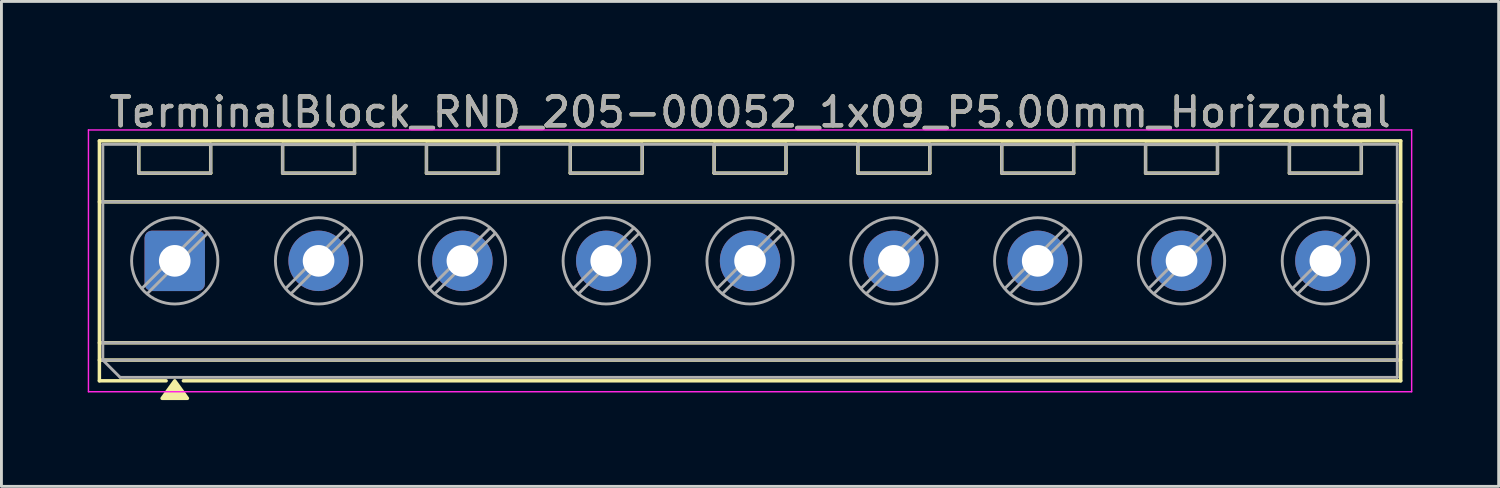
<source format=kicad_pcb>
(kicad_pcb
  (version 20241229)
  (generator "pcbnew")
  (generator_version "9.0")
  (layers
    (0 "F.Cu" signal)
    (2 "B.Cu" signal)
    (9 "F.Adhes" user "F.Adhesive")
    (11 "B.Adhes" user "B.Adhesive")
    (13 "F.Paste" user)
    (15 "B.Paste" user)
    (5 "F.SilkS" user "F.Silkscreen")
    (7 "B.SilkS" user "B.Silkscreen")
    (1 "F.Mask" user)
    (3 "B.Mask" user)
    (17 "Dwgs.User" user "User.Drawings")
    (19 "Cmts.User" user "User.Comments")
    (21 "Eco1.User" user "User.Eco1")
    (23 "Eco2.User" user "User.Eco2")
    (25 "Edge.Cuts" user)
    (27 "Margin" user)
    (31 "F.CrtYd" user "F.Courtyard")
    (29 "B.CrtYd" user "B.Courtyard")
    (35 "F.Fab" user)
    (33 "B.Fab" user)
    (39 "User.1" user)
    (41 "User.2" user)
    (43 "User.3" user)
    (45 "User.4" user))
  (footprint "TerminalBlock_RND_205-00052_1x09_P5.00mm_Horizontal"
    (layer "F.Cu")
    (at 3.025 6.018)
    (property "Reference" "TerminalBlock_RND_205-00052_1x09_P5.00mm_Horizontal" (at 20 -5.17 0) (layer "F.SilkS") (effects (font (size 1 1) (thickness 0.15))))
    (attr through_hole)
    (fp_line (start -2.62 -4.17) (end -2.62 4.17) (stroke (width 0.12) (type solid)) (layer "F.SilkS"))
    (fp_line (start -2.62 -4.17) (end 42.62 -4.17) (stroke (width 0.12) (type solid)) (layer "F.SilkS"))
    (fp_line (start -2.62 -2.05) (end 42.62 -2.05) (stroke (width 0.12) (type solid)) (layer "F.SilkS"))
    (fp_line (start -2.62 2.85) (end 42.62 2.85) (stroke (width 0.12) (type solid)) (layer "F.SilkS"))
    (fp_line (start -2.62 3.45) (end 42.62 3.45) (stroke (width 0.12) (type solid)) (layer "F.SilkS"))
    (fp_line (start -2.62 4.17) (end -0.3 4.17) (stroke (width 0.12) (type solid)) (layer "F.SilkS"))
    (fp_line (start -1.25 -4.05) (end -1.25 -3.05) (stroke (width 0.12) (type solid)) (layer "F.SilkS"))
    (fp_line (start -1.25 -4.05) (end 1.25 -4.05) (stroke (width 0.12) (type solid)) (layer "F.SilkS"))
    (fp_line (start -1.25 -3.05) (end 1.25 -3.05) (stroke (width 0.12) (type solid)) (layer "F.SilkS"))
    (fp_line (start 0.3 4.17) (end 42.62 4.17) (stroke (width 0.12) (type solid)) (layer "F.SilkS"))
    (fp_line (start 1.25 -4.05) (end 1.25 -3.05) (stroke (width 0.12) (type solid)) (layer "F.SilkS"))
    (fp_line (start 3.75 -4.05) (end 3.75 -3.05) (stroke (width 0.12) (type solid)) (layer "F.SilkS"))
    (fp_line (start 3.75 -4.05) (end 6.25 -4.05) (stroke (width 0.12) (type solid)) (layer "F.SilkS"))
    (fp_line (start 3.75 -3.05) (end 6.25 -3.05) (stroke (width 0.12) (type solid)) (layer "F.SilkS"))
    (fp_line (start 6.25 -4.05) (end 6.25 -3.05) (stroke (width 0.12) (type solid)) (layer "F.SilkS"))
    (fp_line (start 8.75 -4.05) (end 8.75 -3.05) (stroke (width 0.12) (type solid)) (layer "F.SilkS"))
    (fp_line (start 8.75 -4.05) (end 11.25 -4.05) (stroke (width 0.12) (type solid)) (layer "F.SilkS"))
    (fp_line (start 8.75 -3.05) (end 11.25 -3.05) (stroke (width 0.12) (type solid)) (layer "F.SilkS"))
    (fp_line (start 11.25 -4.05) (end 11.25 -3.05) (stroke (width 0.12) (type solid)) (layer "F.SilkS"))
    (fp_line (start 13.75 -4.05) (end 13.75 -3.05) (stroke (width 0.12) (type solid)) (layer "F.SilkS"))
    (fp_line (start 13.75 -4.05) (end 16.25 -4.05) (stroke (width 0.12) (type solid)) (layer "F.SilkS"))
    (fp_line (start 13.75 -3.05) (end 16.25 -3.05) (stroke (width 0.12) (type solid)) (layer "F.SilkS"))
    (fp_line (start 16.25 -4.05) (end 16.25 -3.05) (stroke (width 0.12) (type solid)) (layer "F.SilkS"))
    (fp_line (start 18.75 -4.05) (end 18.75 -3.05) (stroke (width 0.12) (type solid)) (layer "F.SilkS"))
    (fp_line (start 18.75 -4.05) (end 21.25 -4.05) (stroke (width 0.12) (type solid)) (layer "F.SilkS"))
    (fp_line (start 18.75 -3.05) (end 21.25 -3.05) (stroke (width 0.12) (type solid)) (layer "F.SilkS"))
    (fp_line (start 21.25 -4.05) (end 21.25 -3.05) (stroke (width 0.12) (type solid)) (layer "F.SilkS"))
    (fp_line (start 23.75 -4.05) (end 23.75 -3.05) (stroke (width 0.12) (type solid)) (layer "F.SilkS"))
    (fp_line (start 23.75 -4.05) (end 26.25 -4.05) (stroke (width 0.12) (type solid)) (layer "F.SilkS"))
    (fp_line (start 23.75 -3.05) (end 26.25 -3.05) (stroke (width 0.12) (type solid)) (layer "F.SilkS"))
    (fp_line (start 26.25 -4.05) (end 26.25 -3.05) (stroke (width 0.12) (type solid)) (layer "F.SilkS"))
    (fp_line (start 28.75 -4.05) (end 28.75 -3.05) (stroke (width 0.12) (type solid)) (layer "F.SilkS"))
    (fp_line (start 28.75 -4.05) (end 31.25 -4.05) (stroke (width 0.12) (type solid)) (layer "F.SilkS"))
    (fp_line (start 28.75 -3.05) (end 31.25 -3.05) (stroke (width 0.12) (type solid)) (layer "F.SilkS"))
    (fp_line (start 31.25 -4.05) (end 31.25 -3.05) (stroke (width 0.12) (type solid)) (layer "F.SilkS"))
    (fp_line (start 33.75 -4.05) (end 33.75 -3.05) (stroke (width 0.12) (type solid)) (layer "F.SilkS"))
    (fp_line (start 33.75 -4.05) (end 36.25 -4.05) (stroke (width 0.12) (type solid)) (layer "F.SilkS"))
    (fp_line (start 33.75 -3.05) (end 36.25 -3.05) (stroke (width 0.12) (type solid)) (layer "F.SilkS"))
    (fp_line (start 36.25 -4.05) (end 36.25 -3.05) (stroke (width 0.12) (type solid)) (layer "F.SilkS"))
    (fp_line (start 38.75 -4.05) (end 38.75 -3.05) (stroke (width 0.12) (type solid)) (layer "F.SilkS"))
    (fp_line (start 38.75 -4.05) (end 41.25 -4.05) (stroke (width 0.12) (type solid)) (layer "F.SilkS"))
    (fp_line (start 38.75 -3.05) (end 41.25 -3.05) (stroke (width 0.12) (type solid)) (layer "F.SilkS"))
    (fp_line (start 41.25 -4.05) (end 41.25 -3.05) (stroke (width 0.12) (type solid)) (layer "F.SilkS"))
    (fp_line (start 42.62 -4.17) (end 42.62 4.17) (stroke (width 0.12) (type solid)) (layer "F.SilkS"))
    (fp_poly (pts (xy 0 4.17) (xy 0.44 4.78) (xy -0.44 4.78)) (stroke (width 0.12) (type solid)) (fill yes) (layer "F.SilkS"))
    (fp_line (start -3 -4.55) (end -3 4.55) (stroke (width 0.05) (type solid)) (layer "F.CrtYd"))
    (fp_line (start -3 4.55) (end 43 4.55) (stroke (width 0.05) (type solid)) (layer "F.CrtYd"))
    (fp_line (start 43 -4.55) (end -3 -4.55) (stroke (width 0.05) (type solid)) (layer "F.CrtYd"))
    (fp_line (start 43 4.55) (end 43 -4.55) (stroke (width 0.05) (type solid)) (layer "F.CrtYd"))
    (fp_line (start -2.5 -4.05) (end 42.5 -4.05) (stroke (width 0.1) (type solid)) (layer "F.Fab"))
    (fp_line (start -2.5 -2.05) (end 42.5 -2.05) (stroke (width 0.1) (type solid)) (layer "F.Fab"))
    (fp_line (start -2.5 2.85) (end 42.5 2.85) (stroke (width 0.1) (type solid)) (layer "F.Fab"))
    (fp_line (start -2.5 3.45) (end -2.5 -4.05) (stroke (width 0.1) (type solid)) (layer "F.Fab"))
    (fp_line (start -2.5 3.45) (end 42.5 3.45) (stroke (width 0.1) (type solid)) (layer "F.Fab"))
    (fp_line (start -1.9 4.05) (end -2.5 3.45) (stroke (width 0.1) (type solid)) (layer "F.Fab"))
    (fp_line (start -1.25 -4.05) (end -1.25 -3.05) (stroke (width 0.1) (type solid)) (layer "F.Fab"))
    (fp_line (start -1.25 -3.05) (end 1.25 -3.05) (stroke (width 0.1) (type solid)) (layer "F.Fab"))
    (fp_line (start 0.955 -1.138) (end -1.138 0.955) (stroke (width 0.1) (type solid)) (layer "F.Fab"))
    (fp_line (start 1.138 -0.955) (end -0.955 1.138) (stroke (width 0.1) (type solid)) (layer "F.Fab"))
    (fp_line (start 1.25 -4.05) (end -1.25 -4.05) (stroke (width 0.1) (type solid)) (layer "F.Fab"))
    (fp_line (start 1.25 -3.05) (end 1.25 -4.05) (stroke (width 0.1) (type solid)) (layer "F.Fab"))
    (fp_line (start 3.75 -4.05) (end 3.75 -3.05) (stroke (width 0.1) (type solid)) (layer "F.Fab"))
    (fp_line (start 3.75 -3.05) (end 6.25 -3.05) (stroke (width 0.1) (type solid)) (layer "F.Fab"))
    (fp_line (start 5.955 -1.138) (end 3.862 0.955) (stroke (width 0.1) (type solid)) (layer "F.Fab"))
    (fp_line (start 6.138 -0.955) (end 4.045 1.138) (stroke (width 0.1) (type solid)) (layer "F.Fab"))
    (fp_line (start 6.25 -4.05) (end 3.75 -4.05) (stroke (width 0.1) (type solid)) (layer "F.Fab"))
    (fp_line (start 6.25 -3.05) (end 6.25 -4.05) (stroke (width 0.1) (type solid)) (layer "F.Fab"))
    (fp_line (start 8.75 -4.05) (end 8.75 -3.05) (stroke (width 0.1) (type solid)) (layer "F.Fab"))
    (fp_line (start 8.75 -3.05) (end 11.25 -3.05) (stroke (width 0.1) (type solid)) (layer "F.Fab"))
    (fp_line (start 10.955 -1.138) (end 8.862 0.955) (stroke (width 0.1) (type solid)) (layer "F.Fab"))
    (fp_line (start 11.138 -0.955) (end 9.045 1.138) (stroke (width 0.1) (type solid)) (layer "F.Fab"))
    (fp_line (start 11.25 -4.05) (end 8.75 -4.05) (stroke (width 0.1) (type solid)) (layer "F.Fab"))
    (fp_line (start 11.25 -3.05) (end 11.25 -4.05) (stroke (width 0.1) (type solid)) (layer "F.Fab"))
    (fp_line (start 13.75 -4.05) (end 13.75 -3.05) (stroke (width 0.1) (type solid)) (layer "F.Fab"))
    (fp_line (start 13.75 -3.05) (end 16.25 -3.05) (stroke (width 0.1) (type solid)) (layer "F.Fab"))
    (fp_line (start 15.955 -1.138) (end 13.862 0.955) (stroke (width 0.1) (type solid)) (layer "F.Fab"))
    (fp_line (start 16.138 -0.955) (end 14.045 1.138) (stroke (width 0.1) (type solid)) (layer "F.Fab"))
    (fp_line (start 16.25 -4.05) (end 13.75 -4.05) (stroke (width 0.1) (type solid)) (layer "F.Fab"))
    (fp_line (start 16.25 -3.05) (end 16.25 -4.05) (stroke (width 0.1) (type solid)) (layer "F.Fab"))
    (fp_line (start 18.75 -4.05) (end 18.75 -3.05) (stroke (width 0.1) (type solid)) (layer "F.Fab"))
    (fp_line (start 18.75 -3.05) (end 21.25 -3.05) (stroke (width 0.1) (type solid)) (layer "F.Fab"))
    (fp_line (start 20.955 -1.138) (end 18.862 0.955) (stroke (width 0.1) (type solid)) (layer "F.Fab"))
    (fp_line (start 21.138 -0.955) (end 19.045 1.138) (stroke (width 0.1) (type solid)) (layer "F.Fab"))
    (fp_line (start 21.25 -4.05) (end 18.75 -4.05) (stroke (width 0.1) (type solid)) (layer "F.Fab"))
    (fp_line (start 21.25 -3.05) (end 21.25 -4.05) (stroke (width 0.1) (type solid)) (layer "F.Fab"))
    (fp_line (start 23.75 -4.05) (end 23.75 -3.05) (stroke (width 0.1) (type solid)) (layer "F.Fab"))
    (fp_line (start 23.75 -3.05) (end 26.25 -3.05) (stroke (width 0.1) (type solid)) (layer "F.Fab"))
    (fp_line (start 25.955 -1.138) (end 23.862 0.955) (stroke (width 0.1) (type solid)) (layer "F.Fab"))
    (fp_line (start 26.138 -0.955) (end 24.045 1.138) (stroke (width 0.1) (type solid)) (layer "F.Fab"))
    (fp_line (start 26.25 -4.05) (end 23.75 -4.05) (stroke (width 0.1) (type solid)) (layer "F.Fab"))
    (fp_line (start 26.25 -3.05) (end 26.25 -4.05) (stroke (width 0.1) (type solid)) (layer "F.Fab"))
    (fp_line (start 28.75 -4.05) (end 28.75 -3.05) (stroke (width 0.1) (type solid)) (layer "F.Fab"))
    (fp_line (start 28.75 -3.05) (end 31.25 -3.05) (stroke (width 0.1) (type solid)) (layer "F.Fab"))
    (fp_line (start 30.955 -1.138) (end 28.862 0.955) (stroke (width 0.1) (type solid)) (layer "F.Fab"))
    (fp_line (start 31.138 -0.955) (end 29.045 1.138) (stroke (width 0.1) (type solid)) (layer "F.Fab"))
    (fp_line (start 31.25 -4.05) (end 28.75 -4.05) (stroke (width 0.1) (type solid)) (layer "F.Fab"))
    (fp_line (start 31.25 -3.05) (end 31.25 -4.05) (stroke (width 0.1) (type solid)) (layer "F.Fab"))
    (fp_line (start 33.75 -4.05) (end 33.75 -3.05) (stroke (width 0.1) (type solid)) (layer "F.Fab"))
    (fp_line (start 33.75 -3.05) (end 36.25 -3.05) (stroke (width 0.1) (type solid)) (layer "F.Fab"))
    (fp_line (start 35.955 -1.138) (end 33.862 0.955) (stroke (width 0.1) (type solid)) (layer "F.Fab"))
    (fp_line (start 36.138 -0.955) (end 34.045 1.138) (stroke (width 0.1) (type solid)) (layer "F.Fab"))
    (fp_line (start 36.25 -4.05) (end 33.75 -4.05) (stroke (width 0.1) (type solid)) (layer "F.Fab"))
    (fp_line (start 36.25 -3.05) (end 36.25 -4.05) (stroke (width 0.1) (type solid)) (layer "F.Fab"))
    (fp_line (start 38.75 -4.05) (end 38.75 -3.05) (stroke (width 0.1) (type solid)) (layer "F.Fab"))
    (fp_line (start 38.75 -3.05) (end 41.25 -3.05) (stroke (width 0.1) (type solid)) (layer "F.Fab"))
    (fp_line (start 40.955 -1.138) (end 38.862 0.955) (stroke (width 0.1) (type solid)) (layer "F.Fab"))
    (fp_line (start 41.138 -0.955) (end 39.045 1.138) (stroke (width 0.1) (type solid)) (layer "F.Fab"))
    (fp_line (start 41.25 -4.05) (end 38.75 -4.05) (stroke (width 0.1) (type solid)) (layer "F.Fab"))
    (fp_line (start 41.25 -3.05) (end 41.25 -4.05) (stroke (width 0.1) (type solid)) (layer "F.Fab"))
    (fp_line (start 42.5 -4.05) (end 42.5 4.05) (stroke (width 0.1) (type solid)) (layer "F.Fab"))
    (fp_line (start 42.5 4.05) (end -1.9 4.05) (stroke (width 0.1) (type solid)) (layer "F.Fab"))
    (fp_circle (center 0 0) (end 1.5 0) (stroke (width 0.1) (type solid)) (fill no) (layer "F.Fab"))
    (fp_circle (center 5 0) (end 6.5 0) (stroke (width 0.1) (type solid)) (fill no) (layer "F.Fab"))
    (fp_circle (center 10 0) (end 11.5 0) (stroke (width 0.1) (type solid)) (fill no) (layer "F.Fab"))
    (fp_circle (center 15 0) (end 16.5 0) (stroke (width 0.1) (type solid)) (fill no) (layer "F.Fab"))
    (fp_circle (center 20 0) (end 21.5 0) (stroke (width 0.1) (type solid)) (fill no) (layer "F.Fab"))
    (fp_circle (center 25 0) (end 26.5 0) (stroke (width 0.1) (type solid)) (fill no) (layer "F.Fab"))
    (fp_circle (center 30 0) (end 31.5 0) (stroke (width 0.1) (type solid)) (fill no) (layer "F.Fab"))
    (fp_circle (center 35 0) (end 36.5 0) (stroke (width 0.1) (type solid)) (fill no) (layer "F.Fab"))
    (fp_circle (center 40 0) (end 41.5 0) (stroke (width 0.1) (type solid)) (fill no) (layer "F.Fab"))
    (fp_text user "${REFERENCE}" (at 20 -5.17 0) (layer "F.Fab") (effects (font (size 1 1) (thickness 0.15))))
    (pad "1" thru_hole roundrect (at 0 0) (size 2.1 2.1) (drill 1.1) (layers "*.Cu" "*.Mask") (roundrect_rratio 0.119))
    (pad "2" thru_hole circle (at 5 0) (size 2.1 2.1) (drill 1.1) (layers "*.Cu" "*.Mask"))
    (pad "3" thru_hole circle (at 10 0) (size 2.1 2.1) (drill 1.1) (layers "*.Cu" "*.Mask"))
    (pad "4" thru_hole circle (at 15 0) (size 2.1 2.1) (drill 1.1) (layers "*.Cu" "*.Mask"))
    (pad "5" thru_hole circle (at 20 0) (size 2.1 2.1) (drill 1.1) (layers "*.Cu" "*.Mask"))
    (pad "6" thru_hole circle (at 25 0) (size 2.1 2.1) (drill 1.1) (layers "*.Cu" "*.Mask"))
    (pad "7" thru_hole circle (at 30 0) (size 2.1 2.1) (drill 1.1) (layers "*.Cu" "*.Mask"))
    (pad "8" thru_hole circle (at 35 0) (size 2.1 2.1) (drill 1.1) (layers "*.Cu" "*.Mask"))
    (pad "9" thru_hole circle (at 40 0) (size 2.1 2.1) (drill 1.1) (layers "*.Cu" "*.Mask")))
  (gr_rect
    (start -3 -3)
    (end 49.05 13.858)
    (stroke (width 0.1) (type default))
    (fill no)
    (layer "Edge.Cuts")))
</source>
